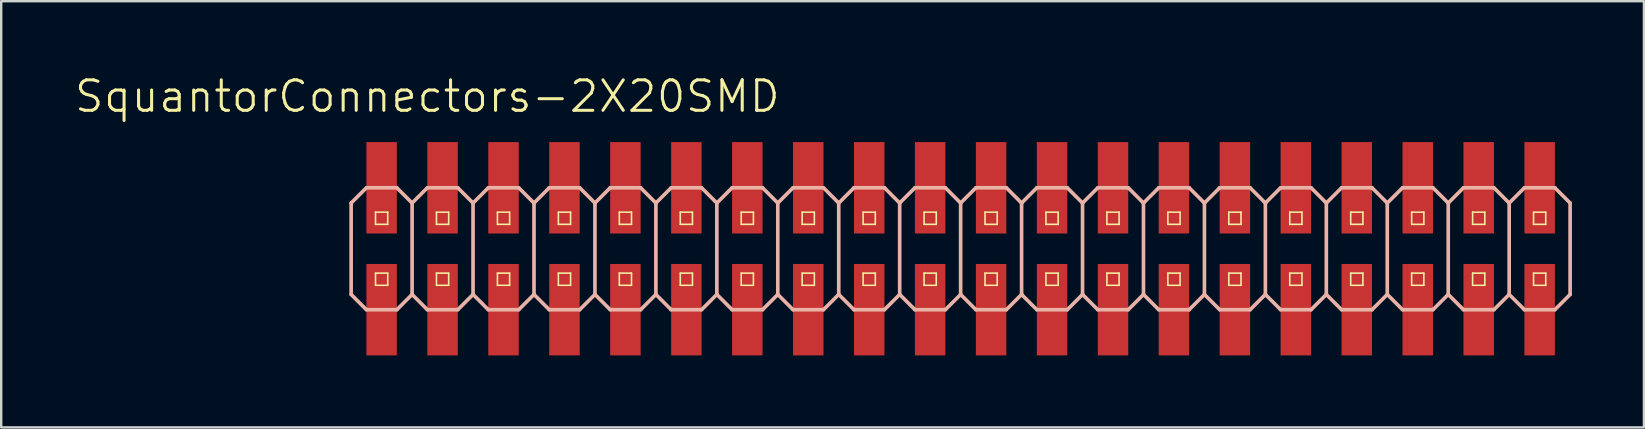
<source format=kicad_pcb>
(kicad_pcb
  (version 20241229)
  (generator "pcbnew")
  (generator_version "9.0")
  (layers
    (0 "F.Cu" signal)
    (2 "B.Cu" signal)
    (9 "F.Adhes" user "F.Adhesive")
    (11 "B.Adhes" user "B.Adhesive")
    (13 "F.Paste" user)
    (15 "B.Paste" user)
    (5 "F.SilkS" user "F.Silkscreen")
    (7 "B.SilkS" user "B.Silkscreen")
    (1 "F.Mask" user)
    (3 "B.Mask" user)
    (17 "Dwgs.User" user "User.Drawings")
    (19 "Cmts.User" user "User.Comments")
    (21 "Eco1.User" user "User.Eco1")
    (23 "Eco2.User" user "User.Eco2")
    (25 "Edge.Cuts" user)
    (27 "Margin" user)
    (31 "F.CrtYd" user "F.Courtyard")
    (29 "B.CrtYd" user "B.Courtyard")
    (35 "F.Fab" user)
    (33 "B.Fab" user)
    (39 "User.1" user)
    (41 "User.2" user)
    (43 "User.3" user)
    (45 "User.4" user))
  (footprint "SquantorConnectors-2X20SMD"
    (layer "F.Cu")
    (at 36.984 7.316)
    (property "Reference" "SquantorConnectors-2X20SMD" (at -22.225 -6.35 0) (layer "F.SilkS") (effects (font (size 1.27 1.27) (thickness 0.127))))
    (attr smd)
    (fp_line (start -24.384 -1.524) (end -23.876 -1.524) (stroke (width 0.066) (type solid)) (layer "F.SilkS"))
    (fp_line (start -24.384 -1.016) (end -24.384 -1.524) (stroke (width 0.066) (type solid)) (layer "F.SilkS"))
    (fp_line (start -24.384 -1.016) (end -23.876 -1.016) (stroke (width 0.066) (type solid)) (layer "F.SilkS"))
    (fp_line (start -24.384 1.016) (end -23.876 1.016) (stroke (width 0.066) (type solid)) (layer "F.SilkS"))
    (fp_line (start -24.384 1.524) (end -24.384 1.016) (stroke (width 0.066) (type solid)) (layer "F.SilkS"))
    (fp_line (start -24.384 1.524) (end -23.876 1.524) (stroke (width 0.066) (type solid)) (layer "F.SilkS"))
    (fp_line (start -23.876 -1.016) (end -23.876 -1.524) (stroke (width 0.066) (type solid)) (layer "F.SilkS"))
    (fp_line (start -23.876 1.524) (end -23.876 1.016) (stroke (width 0.066) (type solid)) (layer "F.SilkS"))
    (fp_line (start -21.844 -1.524) (end -21.336 -1.524) (stroke (width 0.066) (type solid)) (layer "F.SilkS"))
    (fp_line (start -21.844 -1.016) (end -21.844 -1.524) (stroke (width 0.066) (type solid)) (layer "F.SilkS"))
    (fp_line (start -21.844 -1.016) (end -21.336 -1.016) (stroke (width 0.066) (type solid)) (layer "F.SilkS"))
    (fp_line (start -21.844 1.016) (end -21.336 1.016) (stroke (width 0.066) (type solid)) (layer "F.SilkS"))
    (fp_line (start -21.844 1.524) (end -21.844 1.016) (stroke (width 0.066) (type solid)) (layer "F.SilkS"))
    (fp_line (start -21.844 1.524) (end -21.336 1.524) (stroke (width 0.066) (type solid)) (layer "F.SilkS"))
    (fp_line (start -21.336 -1.016) (end -21.336 -1.524) (stroke (width 0.066) (type solid)) (layer "F.SilkS"))
    (fp_line (start -21.336 1.524) (end -21.336 1.016) (stroke (width 0.066) (type solid)) (layer "F.SilkS"))
    (fp_line (start -19.304 -1.524) (end -18.796 -1.524) (stroke (width 0.066) (type solid)) (layer "F.SilkS"))
    (fp_line (start -19.304 -1.016) (end -19.304 -1.524) (stroke (width 0.066) (type solid)) (layer "F.SilkS"))
    (fp_line (start -19.304 -1.016) (end -18.796 -1.016) (stroke (width 0.066) (type solid)) (layer "F.SilkS"))
    (fp_line (start -19.304 1.016) (end -18.796 1.016) (stroke (width 0.066) (type solid)) (layer "F.SilkS"))
    (fp_line (start -19.304 1.524) (end -19.304 1.016) (stroke (width 0.066) (type solid)) (layer "F.SilkS"))
    (fp_line (start -19.304 1.524) (end -18.796 1.524) (stroke (width 0.066) (type solid)) (layer "F.SilkS"))
    (fp_line (start -18.796 -1.016) (end -18.796 -1.524) (stroke (width 0.066) (type solid)) (layer "F.SilkS"))
    (fp_line (start -18.796 1.524) (end -18.796 1.016) (stroke (width 0.066) (type solid)) (layer "F.SilkS"))
    (fp_line (start -16.764 -1.524) (end -16.256 -1.524) (stroke (width 0.066) (type solid)) (layer "F.SilkS"))
    (fp_line (start -16.764 -1.016) (end -16.764 -1.524) (stroke (width 0.066) (type solid)) (layer "F.SilkS"))
    (fp_line (start -16.764 -1.016) (end -16.256 -1.016) (stroke (width 0.066) (type solid)) (layer "F.SilkS"))
    (fp_line (start -16.764 1.016) (end -16.256 1.016) (stroke (width 0.066) (type solid)) (layer "F.SilkS"))
    (fp_line (start -16.764 1.524) (end -16.764 1.016) (stroke (width 0.066) (type solid)) (layer "F.SilkS"))
    (fp_line (start -16.764 1.524) (end -16.256 1.524) (stroke (width 0.066) (type solid)) (layer "F.SilkS"))
    (fp_line (start -16.256 -1.016) (end -16.256 -1.524) (stroke (width 0.066) (type solid)) (layer "F.SilkS"))
    (fp_line (start -16.256 1.524) (end -16.256 1.016) (stroke (width 0.066) (type solid)) (layer "F.SilkS"))
    (fp_line (start -14.224 -1.524) (end -13.716 -1.524) (stroke (width 0.066) (type solid)) (layer "F.SilkS"))
    (fp_line (start -14.224 -1.016) (end -14.224 -1.524) (stroke (width 0.066) (type solid)) (layer "F.SilkS"))
    (fp_line (start -14.224 -1.016) (end -13.716 -1.016) (stroke (width 0.066) (type solid)) (layer "F.SilkS"))
    (fp_line (start -14.224 1.016) (end -13.716 1.016) (stroke (width 0.066) (type solid)) (layer "F.SilkS"))
    (fp_line (start -14.224 1.524) (end -14.224 1.016) (stroke (width 0.066) (type solid)) (layer "F.SilkS"))
    (fp_line (start -14.224 1.524) (end -13.716 1.524) (stroke (width 0.066) (type solid)) (layer "F.SilkS"))
    (fp_line (start -13.716 -1.016) (end -13.716 -1.524) (stroke (width 0.066) (type solid)) (layer "F.SilkS"))
    (fp_line (start -13.716 1.524) (end -13.716 1.016) (stroke (width 0.066) (type solid)) (layer "F.SilkS"))
    (fp_line (start -11.684 -1.524) (end -11.176 -1.524) (stroke (width 0.066) (type solid)) (layer "F.SilkS"))
    (fp_line (start -11.684 -1.016) (end -11.684 -1.524) (stroke (width 0.066) (type solid)) (layer "F.SilkS"))
    (fp_line (start -11.684 -1.016) (end -11.176 -1.016) (stroke (width 0.066) (type solid)) (layer "F.SilkS"))
    (fp_line (start -11.684 1.016) (end -11.176 1.016) (stroke (width 0.066) (type solid)) (layer "F.SilkS"))
    (fp_line (start -11.684 1.524) (end -11.684 1.016) (stroke (width 0.066) (type solid)) (layer "F.SilkS"))
    (fp_line (start -11.684 1.524) (end -11.176 1.524) (stroke (width 0.066) (type solid)) (layer "F.SilkS"))
    (fp_line (start -11.176 -1.016) (end -11.176 -1.524) (stroke (width 0.066) (type solid)) (layer "F.SilkS"))
    (fp_line (start -11.176 1.524) (end -11.176 1.016) (stroke (width 0.066) (type solid)) (layer "F.SilkS"))
    (fp_line (start -9.144 -1.524) (end -8.636 -1.524) (stroke (width 0.066) (type solid)) (layer "F.SilkS"))
    (fp_line (start -9.144 -1.016) (end -9.144 -1.524) (stroke (width 0.066) (type solid)) (layer "F.SilkS"))
    (fp_line (start -9.144 -1.016) (end -8.636 -1.016) (stroke (width 0.066) (type solid)) (layer "F.SilkS"))
    (fp_line (start -9.144 1.016) (end -8.636 1.016) (stroke (width 0.066) (type solid)) (layer "F.SilkS"))
    (fp_line (start -9.144 1.524) (end -9.144 1.016) (stroke (width 0.066) (type solid)) (layer "F.SilkS"))
    (fp_line (start -9.144 1.524) (end -8.636 1.524) (stroke (width 0.066) (type solid)) (layer "F.SilkS"))
    (fp_line (start -8.636 -1.016) (end -8.636 -1.524) (stroke (width 0.066) (type solid)) (layer "F.SilkS"))
    (fp_line (start -8.636 1.524) (end -8.636 1.016) (stroke (width 0.066) (type solid)) (layer "F.SilkS"))
    (fp_line (start -6.604 -1.524) (end -6.096 -1.524) (stroke (width 0.066) (type solid)) (layer "F.SilkS"))
    (fp_line (start -6.604 -1.016) (end -6.604 -1.524) (stroke (width 0.066) (type solid)) (layer "F.SilkS"))
    (fp_line (start -6.604 -1.016) (end -6.096 -1.016) (stroke (width 0.066) (type solid)) (layer "F.SilkS"))
    (fp_line (start -6.604 1.016) (end -6.096 1.016) (stroke (width 0.066) (type solid)) (layer "F.SilkS"))
    (fp_line (start -6.604 1.524) (end -6.604 1.016) (stroke (width 0.066) (type solid)) (layer "F.SilkS"))
    (fp_line (start -6.604 1.524) (end -6.096 1.524) (stroke (width 0.066) (type solid)) (layer "F.SilkS"))
    (fp_line (start -6.096 -1.016) (end -6.096 -1.524) (stroke (width 0.066) (type solid)) (layer "F.SilkS"))
    (fp_line (start -6.096 1.524) (end -6.096 1.016) (stroke (width 0.066) (type solid)) (layer "F.SilkS"))
    (fp_line (start -4.064 -1.524) (end -3.556 -1.524) (stroke (width 0.066) (type solid)) (layer "F.SilkS"))
    (fp_line (start -4.064 -1.016) (end -4.064 -1.524) (stroke (width 0.066) (type solid)) (layer "F.SilkS"))
    (fp_line (start -4.064 -1.016) (end -3.556 -1.016) (stroke (width 0.066) (type solid)) (layer "F.SilkS"))
    (fp_line (start -4.064 1.016) (end -3.556 1.016) (stroke (width 0.066) (type solid)) (layer "F.SilkS"))
    (fp_line (start -4.064 1.524) (end -4.064 1.016) (stroke (width 0.066) (type solid)) (layer "F.SilkS"))
    (fp_line (start -4.064 1.524) (end -3.556 1.524) (stroke (width 0.066) (type solid)) (layer "F.SilkS"))
    (fp_line (start -3.556 -1.016) (end -3.556 -1.524) (stroke (width 0.066) (type solid)) (layer "F.SilkS"))
    (fp_line (start -3.556 1.524) (end -3.556 1.016) (stroke (width 0.066) (type solid)) (layer "F.SilkS"))
    (fp_line (start -1.524 -1.524) (end -1.016 -1.524) (stroke (width 0.066) (type solid)) (layer "F.SilkS"))
    (fp_line (start -1.524 -1.016) (end -1.524 -1.524) (stroke (width 0.066) (type solid)) (layer "F.SilkS"))
    (fp_line (start -1.524 -1.016) (end -1.016 -1.016) (stroke (width 0.066) (type solid)) (layer "F.SilkS"))
    (fp_line (start -1.524 1.016) (end -1.016 1.016) (stroke (width 0.066) (type solid)) (layer "F.SilkS"))
    (fp_line (start -1.524 1.524) (end -1.524 1.016) (stroke (width 0.066) (type solid)) (layer "F.SilkS"))
    (fp_line (start -1.524 1.524) (end -1.016 1.524) (stroke (width 0.066) (type solid)) (layer "F.SilkS"))
    (fp_line (start -1.016 -1.016) (end -1.016 -1.524) (stroke (width 0.066) (type solid)) (layer "F.SilkS"))
    (fp_line (start -1.016 1.524) (end -1.016 1.016) (stroke (width 0.066) (type solid)) (layer "F.SilkS"))
    (fp_line (start 1.016 -1.524) (end 1.524 -1.524) (stroke (width 0.066) (type solid)) (layer "F.SilkS"))
    (fp_line (start 1.016 -1.016) (end 1.016 -1.524) (stroke (width 0.066) (type solid)) (layer "F.SilkS"))
    (fp_line (start 1.016 -1.016) (end 1.524 -1.016) (stroke (width 0.066) (type solid)) (layer "F.SilkS"))
    (fp_line (start 1.016 1.016) (end 1.524 1.016) (stroke (width 0.066) (type solid)) (layer "F.SilkS"))
    (fp_line (start 1.016 1.524) (end 1.016 1.016) (stroke (width 0.066) (type solid)) (layer "F.SilkS"))
    (fp_line (start 1.016 1.524) (end 1.524 1.524) (stroke (width 0.066) (type solid)) (layer "F.SilkS"))
    (fp_line (start 1.524 -1.016) (end 1.524 -1.524) (stroke (width 0.066) (type solid)) (layer "F.SilkS"))
    (fp_line (start 1.524 1.524) (end 1.524 1.016) (stroke (width 0.066) (type solid)) (layer "F.SilkS"))
    (fp_line (start 3.556 -1.524) (end 4.064 -1.524) (stroke (width 0.066) (type solid)) (layer "F.SilkS"))
    (fp_line (start 3.556 -1.016) (end 3.556 -1.524) (stroke (width 0.066) (type solid)) (layer "F.SilkS"))
    (fp_line (start 3.556 -1.016) (end 4.064 -1.016) (stroke (width 0.066) (type solid)) (layer "F.SilkS"))
    (fp_line (start 3.556 1.016) (end 4.064 1.016) (stroke (width 0.066) (type solid)) (layer "F.SilkS"))
    (fp_line (start 3.556 1.524) (end 3.556 1.016) (stroke (width 0.066) (type solid)) (layer "F.SilkS"))
    (fp_line (start 3.556 1.524) (end 4.064 1.524) (stroke (width 0.066) (type solid)) (layer "F.SilkS"))
    (fp_line (start 4.064 -1.016) (end 4.064 -1.524) (stroke (width 0.066) (type solid)) (layer "F.SilkS"))
    (fp_line (start 4.064 1.524) (end 4.064 1.016) (stroke (width 0.066) (type solid)) (layer "F.SilkS"))
    (fp_line (start 6.096 -1.524) (end 6.604 -1.524) (stroke (width 0.066) (type solid)) (layer "F.SilkS"))
    (fp_line (start 6.096 -1.016) (end 6.096 -1.524) (stroke (width 0.066) (type solid)) (layer "F.SilkS"))
    (fp_line (start 6.096 -1.016) (end 6.604 -1.016) (stroke (width 0.066) (type solid)) (layer "F.SilkS"))
    (fp_line (start 6.096 1.016) (end 6.604 1.016) (stroke (width 0.066) (type solid)) (layer "F.SilkS"))
    (fp_line (start 6.096 1.524) (end 6.096 1.016) (stroke (width 0.066) (type solid)) (layer "F.SilkS"))
    (fp_line (start 6.096 1.524) (end 6.604 1.524) (stroke (width 0.066) (type solid)) (layer "F.SilkS"))
    (fp_line (start 6.604 -1.016) (end 6.604 -1.524) (stroke (width 0.066) (type solid)) (layer "F.SilkS"))
    (fp_line (start 6.604 1.524) (end 6.604 1.016) (stroke (width 0.066) (type solid)) (layer "F.SilkS"))
    (fp_line (start 8.636 -1.524) (end 9.144 -1.524) (stroke (width 0.066) (type solid)) (layer "F.SilkS"))
    (fp_line (start 8.636 -1.016) (end 8.636 -1.524) (stroke (width 0.066) (type solid)) (layer "F.SilkS"))
    (fp_line (start 8.636 -1.016) (end 9.144 -1.016) (stroke (width 0.066) (type solid)) (layer "F.SilkS"))
    (fp_line (start 8.636 1.016) (end 9.144 1.016) (stroke (width 0.066) (type solid)) (layer "F.SilkS"))
    (fp_line (start 8.636 1.524) (end 8.636 1.016) (stroke (width 0.066) (type solid)) (layer "F.SilkS"))
    (fp_line (start 8.636 1.524) (end 9.144 1.524) (stroke (width 0.066) (type solid)) (layer "F.SilkS"))
    (fp_line (start 9.144 -1.016) (end 9.144 -1.524) (stroke (width 0.066) (type solid)) (layer "F.SilkS"))
    (fp_line (start 9.144 1.524) (end 9.144 1.016) (stroke (width 0.066) (type solid)) (layer "F.SilkS"))
    (fp_line (start 11.176 -1.524) (end 11.684 -1.524) (stroke (width 0.066) (type solid)) (layer "F.SilkS"))
    (fp_line (start 11.176 -1.016) (end 11.176 -1.524) (stroke (width 0.066) (type solid)) (layer "F.SilkS"))
    (fp_line (start 11.176 -1.016) (end 11.684 -1.016) (stroke (width 0.066) (type solid)) (layer "F.SilkS"))
    (fp_line (start 11.176 1.016) (end 11.684 1.016) (stroke (width 0.066) (type solid)) (layer "F.SilkS"))
    (fp_line (start 11.176 1.524) (end 11.176 1.016) (stroke (width 0.066) (type solid)) (layer "F.SilkS"))
    (fp_line (start 11.176 1.524) (end 11.684 1.524) (stroke (width 0.066) (type solid)) (layer "F.SilkS"))
    (fp_line (start 11.684 -1.016) (end 11.684 -1.524) (stroke (width 0.066) (type solid)) (layer "F.SilkS"))
    (fp_line (start 11.684 1.524) (end 11.684 1.016) (stroke (width 0.066) (type solid)) (layer "F.SilkS"))
    (fp_line (start 13.716 -1.524) (end 14.224 -1.524) (stroke (width 0.066) (type solid)) (layer "F.SilkS"))
    (fp_line (start 13.716 -1.016) (end 13.716 -1.524) (stroke (width 0.066) (type solid)) (layer "F.SilkS"))
    (fp_line (start 13.716 -1.016) (end 14.224 -1.016) (stroke (width 0.066) (type solid)) (layer "F.SilkS"))
    (fp_line (start 13.716 1.016) (end 14.224 1.016) (stroke (width 0.066) (type solid)) (layer "F.SilkS"))
    (fp_line (start 13.716 1.524) (end 13.716 1.016) (stroke (width 0.066) (type solid)) (layer "F.SilkS"))
    (fp_line (start 13.716 1.524) (end 14.224 1.524) (stroke (width 0.066) (type solid)) (layer "F.SilkS"))
    (fp_line (start 14.224 -1.016) (end 14.224 -1.524) (stroke (width 0.066) (type solid)) (layer "F.SilkS"))
    (fp_line (start 14.224 1.524) (end 14.224 1.016) (stroke (width 0.066) (type solid)) (layer "F.SilkS"))
    (fp_line (start 16.256 -1.524) (end 16.764 -1.524) (stroke (width 0.066) (type solid)) (layer "F.SilkS"))
    (fp_line (start 16.256 -1.016) (end 16.256 -1.524) (stroke (width 0.066) (type solid)) (layer "F.SilkS"))
    (fp_line (start 16.256 -1.016) (end 16.764 -1.016) (stroke (width 0.066) (type solid)) (layer "F.SilkS"))
    (fp_line (start 16.256 1.016) (end 16.764 1.016) (stroke (width 0.066) (type solid)) (layer "F.SilkS"))
    (fp_line (start 16.256 1.524) (end 16.256 1.016) (stroke (width 0.066) (type solid)) (layer "F.SilkS"))
    (fp_line (start 16.256 1.524) (end 16.764 1.524) (stroke (width 0.066) (type solid)) (layer "F.SilkS"))
    (fp_line (start 16.764 -1.016) (end 16.764 -1.524) (stroke (width 0.066) (type solid)) (layer "F.SilkS"))
    (fp_line (start 16.764 1.524) (end 16.764 1.016) (stroke (width 0.066) (type solid)) (layer "F.SilkS"))
    (fp_line (start 18.796 -1.524) (end 19.304 -1.524) (stroke (width 0.066) (type solid)) (layer "F.SilkS"))
    (fp_line (start 18.796 -1.016) (end 18.796 -1.524) (stroke (width 0.066) (type solid)) (layer "F.SilkS"))
    (fp_line (start 18.796 -1.016) (end 19.304 -1.016) (stroke (width 0.066) (type solid)) (layer "F.SilkS"))
    (fp_line (start 18.796 1.016) (end 19.304 1.016) (stroke (width 0.066) (type solid)) (layer "F.SilkS"))
    (fp_line (start 18.796 1.524) (end 18.796 1.016) (stroke (width 0.066) (type solid)) (layer "F.SilkS"))
    (fp_line (start 18.796 1.524) (end 19.304 1.524) (stroke (width 0.066) (type solid)) (layer "F.SilkS"))
    (fp_line (start 19.304 -1.016) (end 19.304 -1.524) (stroke (width 0.066) (type solid)) (layer "F.SilkS"))
    (fp_line (start 19.304 1.524) (end 19.304 1.016) (stroke (width 0.066) (type solid)) (layer "F.SilkS"))
    (fp_line (start 21.336 -1.524) (end 21.844 -1.524) (stroke (width 0.066) (type solid)) (layer "F.SilkS"))
    (fp_line (start 21.336 -1.016) (end 21.336 -1.524) (stroke (width 0.066) (type solid)) (layer "F.SilkS"))
    (fp_line (start 21.336 -1.016) (end 21.844 -1.016) (stroke (width 0.066) (type solid)) (layer "F.SilkS"))
    (fp_line (start 21.336 1.016) (end 21.844 1.016) (stroke (width 0.066) (type solid)) (layer "F.SilkS"))
    (fp_line (start 21.336 1.524) (end 21.336 1.016) (stroke (width 0.066) (type solid)) (layer "F.SilkS"))
    (fp_line (start 21.336 1.524) (end 21.844 1.524) (stroke (width 0.066) (type solid)) (layer "F.SilkS"))
    (fp_line (start 21.844 -1.016) (end 21.844 -1.524) (stroke (width 0.066) (type solid)) (layer "F.SilkS"))
    (fp_line (start 21.844 1.524) (end 21.844 1.016) (stroke (width 0.066) (type solid)) (layer "F.SilkS"))
    (fp_line (start 23.876 -1.524) (end 24.384 -1.524) (stroke (width 0.066) (type solid)) (layer "F.SilkS"))
    (fp_line (start 23.876 -1.016) (end 23.876 -1.524) (stroke (width 0.066) (type solid)) (layer "F.SilkS"))
    (fp_line (start 23.876 -1.016) (end 24.384 -1.016) (stroke (width 0.066) (type solid)) (layer "F.SilkS"))
    (fp_line (start 23.876 1.016) (end 24.384 1.016) (stroke (width 0.066) (type solid)) (layer "F.SilkS"))
    (fp_line (start 23.876 1.524) (end 23.876 1.016) (stroke (width 0.066) (type solid)) (layer "F.SilkS"))
    (fp_line (start 23.876 1.524) (end 24.384 1.524) (stroke (width 0.066) (type solid)) (layer "F.SilkS"))
    (fp_line (start 24.384 -1.016) (end 24.384 -1.524) (stroke (width 0.066) (type solid)) (layer "F.SilkS"))
    (fp_line (start 24.384 1.524) (end 24.384 1.016) (stroke (width 0.066) (type solid)) (layer "F.SilkS"))
    (fp_line (start -25.4 -1.905) (end -24.765 -2.54) (stroke (width 0.152) (type solid)) (layer "B.SilkS"))
    (fp_line (start -25.4 1.905) (end -25.4 -1.905) (stroke (width 0.152) (type solid)) (layer "B.SilkS"))
    (fp_line (start -25.4 1.905) (end -24.765 2.54) (stroke (width 0.152) (type solid)) (layer "B.SilkS"))
    (fp_line (start -24.765 -2.54) (end -23.495 -2.54) (stroke (width 0.152) (type solid)) (layer "B.SilkS"))
    (fp_line (start -24.765 2.54) (end -23.495 2.54) (stroke (width 0.152) (type solid)) (layer "B.SilkS"))
    (fp_line (start -23.495 -2.54) (end -22.86 -1.905) (stroke (width 0.152) (type solid)) (layer "B.SilkS"))
    (fp_line (start -23.495 2.54) (end -22.86 1.905) (stroke (width 0.152) (type solid)) (layer "B.SilkS"))
    (fp_line (start -22.86 -1.905) (end -22.86 1.905) (stroke (width 0.152) (type solid)) (layer "B.SilkS"))
    (fp_line (start -22.86 -1.905) (end -22.225 -2.54) (stroke (width 0.152) (type solid)) (layer "B.SilkS"))
    (fp_line (start -22.86 1.905) (end -22.225 2.54) (stroke (width 0.152) (type solid)) (layer "B.SilkS"))
    (fp_line (start -22.225 -2.54) (end -20.955 -2.54) (stroke (width 0.152) (type solid)) (layer "B.SilkS"))
    (fp_line (start -22.225 2.54) (end -20.955 2.54) (stroke (width 0.152) (type solid)) (layer "B.SilkS"))
    (fp_line (start -20.955 -2.54) (end -20.32 -1.905) (stroke (width 0.152) (type solid)) (layer "B.SilkS"))
    (fp_line (start -20.955 2.54) (end -20.32 1.905) (stroke (width 0.152) (type solid)) (layer "B.SilkS"))
    (fp_line (start -20.32 -1.905) (end -20.32 1.905) (stroke (width 0.152) (type solid)) (layer "B.SilkS"))
    (fp_line (start -20.32 -1.905) (end -19.685 -2.54) (stroke (width 0.152) (type solid)) (layer "B.SilkS"))
    (fp_line (start -20.32 1.905) (end -19.685 2.54) (stroke (width 0.152) (type solid)) (layer "B.SilkS"))
    (fp_line (start -19.685 -2.54) (end -18.415 -2.54) (stroke (width 0.152) (type solid)) (layer "B.SilkS"))
    (fp_line (start -19.685 2.54) (end -18.415 2.54) (stroke (width 0.152) (type solid)) (layer "B.SilkS"))
    (fp_line (start -18.415 -2.54) (end -17.78 -1.905) (stroke (width 0.152) (type solid)) (layer "B.SilkS"))
    (fp_line (start -18.415 2.54) (end -17.78 1.905) (stroke (width 0.152) (type solid)) (layer "B.SilkS"))
    (fp_line (start -17.78 -1.905) (end -17.78 1.905) (stroke (width 0.152) (type solid)) (layer "B.SilkS"))
    (fp_line (start -17.78 -1.905) (end -17.145 -2.54) (stroke (width 0.152) (type solid)) (layer "B.SilkS"))
    (fp_line (start -17.78 1.905) (end -17.145 2.54) (stroke (width 0.152) (type solid)) (layer "B.SilkS"))
    (fp_line (start -17.145 -2.54) (end -15.875 -2.54) (stroke (width 0.152) (type solid)) (layer "B.SilkS"))
    (fp_line (start -17.145 2.54) (end -15.875 2.54) (stroke (width 0.152) (type solid)) (layer "B.SilkS"))
    (fp_line (start -15.875 -2.54) (end -15.24 -1.905) (stroke (width 0.152) (type solid)) (layer "B.SilkS"))
    (fp_line (start -15.875 2.54) (end -15.24 1.905) (stroke (width 0.152) (type solid)) (layer "B.SilkS"))
    (fp_line (start -15.24 -1.905) (end -15.24 1.905) (stroke (width 0.152) (type solid)) (layer "B.SilkS"))
    (fp_line (start -15.24 -1.905) (end -14.605 -2.54) (stroke (width 0.152) (type solid)) (layer "B.SilkS"))
    (fp_line (start -15.24 1.905) (end -14.605 2.54) (stroke (width 0.152) (type solid)) (layer "B.SilkS"))
    (fp_line (start -14.605 -2.54) (end -13.335 -2.54) (stroke (width 0.152) (type solid)) (layer "B.SilkS"))
    (fp_line (start -14.605 2.54) (end -13.335 2.54) (stroke (width 0.152) (type solid)) (layer "B.SilkS"))
    (fp_line (start -13.335 -2.54) (end -12.7 -1.905) (stroke (width 0.152) (type solid)) (layer "B.SilkS"))
    (fp_line (start -13.335 2.54) (end -12.7 1.905) (stroke (width 0.152) (type solid)) (layer "B.SilkS"))
    (fp_line (start -12.7 -1.905) (end -12.7 1.905) (stroke (width 0.152) (type solid)) (layer "B.SilkS"))
    (fp_line (start -12.7 -1.905) (end -12.065 -2.54) (stroke (width 0.152) (type solid)) (layer "B.SilkS"))
    (fp_line (start -12.7 1.905) (end -12.065 2.54) (stroke (width 0.152) (type solid)) (layer "B.SilkS"))
    (fp_line (start -12.065 -2.54) (end -10.795 -2.54) (stroke (width 0.152) (type solid)) (layer "B.SilkS"))
    (fp_line (start -12.065 2.54) (end -10.795 2.54) (stroke (width 0.152) (type solid)) (layer "B.SilkS"))
    (fp_line (start -10.795 -2.54) (end -10.16 -1.905) (stroke (width 0.152) (type solid)) (layer "B.SilkS"))
    (fp_line (start -10.795 2.54) (end -10.16 1.905) (stroke (width 0.152) (type solid)) (layer "B.SilkS"))
    (fp_line (start -10.16 -1.905) (end -10.16 1.905) (stroke (width 0.152) (type solid)) (layer "B.SilkS"))
    (fp_line (start -10.16 -1.905) (end -9.525 -2.54) (stroke (width 0.152) (type solid)) (layer "B.SilkS"))
    (fp_line (start -10.16 1.905) (end -9.525 2.54) (stroke (width 0.152) (type solid)) (layer "B.SilkS"))
    (fp_line (start -9.525 -2.54) (end -8.255 -2.54) (stroke (width 0.152) (type solid)) (layer "B.SilkS"))
    (fp_line (start -8.255 -2.54) (end -7.62 -1.905) (stroke (width 0.152) (type solid)) (layer "B.SilkS"))
    (fp_line (start -8.255 2.54) (end -9.525 2.54) (stroke (width 0.152) (type solid)) (layer "B.SilkS"))
    (fp_line (start -7.62 -1.905) (end -7.62 1.905) (stroke (width 0.152) (type solid)) (layer "B.SilkS"))
    (fp_line (start -7.62 -1.905) (end -6.985 -2.54) (stroke (width 0.152) (type solid)) (layer "B.SilkS"))
    (fp_line (start -7.62 1.905) (end -8.255 2.54) (stroke (width 0.152) (type solid)) (layer "B.SilkS"))
    (fp_line (start -7.62 1.905) (end -6.985 2.54) (stroke (width 0.152) (type solid)) (layer "B.SilkS"))
    (fp_line (start -6.985 -2.54) (end -5.715 -2.54) (stroke (width 0.152) (type solid)) (layer "B.SilkS"))
    (fp_line (start -5.715 -2.54) (end -5.08 -1.905) (stroke (width 0.152) (type solid)) (layer "B.SilkS"))
    (fp_line (start -5.715 2.54) (end -6.985 2.54) (stroke (width 0.152) (type solid)) (layer "B.SilkS"))
    (fp_line (start -5.08 -1.905) (end -5.08 1.905) (stroke (width 0.152) (type solid)) (layer "B.SilkS"))
    (fp_line (start -5.08 -1.905) (end -4.445 -2.54) (stroke (width 0.152) (type solid)) (layer "B.SilkS"))
    (fp_line (start -5.08 1.905) (end -5.715 2.54) (stroke (width 0.152) (type solid)) (layer "B.SilkS"))
    (fp_line (start -5.08 1.905) (end -4.445 2.54) (stroke (width 0.152) (type solid)) (layer "B.SilkS"))
    (fp_line (start -4.445 -2.54) (end -3.175 -2.54) (stroke (width 0.152) (type solid)) (layer "B.SilkS"))
    (fp_line (start -3.175 -2.54) (end -2.54 -1.905) (stroke (width 0.152) (type solid)) (layer "B.SilkS"))
    (fp_line (start -3.175 2.54) (end -4.445 2.54) (stroke (width 0.152) (type solid)) (layer "B.SilkS"))
    (fp_line (start -2.54 -1.905) (end -2.54 1.905) (stroke (width 0.152) (type solid)) (layer "B.SilkS"))
    (fp_line (start -2.54 -1.905) (end -1.905 -2.54) (stroke (width 0.152) (type solid)) (layer "B.SilkS"))
    (fp_line (start -2.54 1.905) (end -3.175 2.54) (stroke (width 0.152) (type solid)) (layer "B.SilkS"))
    (fp_line (start -2.54 1.905) (end -1.905 2.54) (stroke (width 0.152) (type solid)) (layer "B.SilkS"))
    (fp_line (start -1.905 -2.54) (end -0.635 -2.54) (stroke (width 0.152) (type solid)) (layer "B.SilkS"))
    (fp_line (start -0.635 -2.54) (end 0 -1.905) (stroke (width 0.152) (type solid)) (layer "B.SilkS"))
    (fp_line (start -0.635 2.54) (end -1.905 2.54) (stroke (width 0.152) (type solid)) (layer "B.SilkS"))
    (fp_line (start 0 -1.905) (end 0 1.905) (stroke (width 0.152) (type solid)) (layer "B.SilkS"))
    (fp_line (start 0 -1.905) (end 0.635 -2.54) (stroke (width 0.152) (type solid)) (layer "B.SilkS"))
    (fp_line (start 0 1.905) (end -0.635 2.54) (stroke (width 0.152) (type solid)) (layer "B.SilkS"))
    (fp_line (start 0 1.905) (end 0.635 2.54) (stroke (width 0.152) (type solid)) (layer "B.SilkS"))
    (fp_line (start 0.635 -2.54) (end 1.905 -2.54) (stroke (width 0.152) (type solid)) (layer "B.SilkS"))
    (fp_line (start 1.905 -2.54) (end 2.54 -1.905) (stroke (width 0.152) (type solid)) (layer "B.SilkS"))
    (fp_line (start 1.905 2.54) (end 0.635 2.54) (stroke (width 0.152) (type solid)) (layer "B.SilkS"))
    (fp_line (start 2.54 -1.905) (end 2.54 1.905) (stroke (width 0.152) (type solid)) (layer "B.SilkS"))
    (fp_line (start 2.54 -1.905) (end 3.175 -2.54) (stroke (width 0.152) (type solid)) (layer "B.SilkS"))
    (fp_line (start 2.54 1.905) (end 1.905 2.54) (stroke (width 0.152) (type solid)) (layer "B.SilkS"))
    (fp_line (start 2.54 1.905) (end 3.175 2.54) (stroke (width 0.152) (type solid)) (layer "B.SilkS"))
    (fp_line (start 3.175 -2.54) (end 4.445 -2.54) (stroke (width 0.152) (type solid)) (layer "B.SilkS"))
    (fp_line (start 4.445 2.54) (end 3.175 2.54) (stroke (width 0.152) (type solid)) (layer "B.SilkS"))
    (fp_line (start 5.08 -1.905) (end 4.445 -2.54) (stroke (width 0.152) (type solid)) (layer "B.SilkS"))
    (fp_line (start 5.08 -1.905) (end 5.08 1.905) (stroke (width 0.152) (type solid)) (layer "B.SilkS"))
    (fp_line (start 5.08 -1.905) (end 5.715 -2.54) (stroke (width 0.152) (type solid)) (layer "B.SilkS"))
    (fp_line (start 5.08 1.905) (end 4.445 2.54) (stroke (width 0.152) (type solid)) (layer "B.SilkS"))
    (fp_line (start 5.08 1.905) (end 5.715 2.54) (stroke (width 0.152) (type solid)) (layer "B.SilkS"))
    (fp_line (start 6.985 -2.54) (end 5.715 -2.54) (stroke (width 0.152) (type solid)) (layer "B.SilkS"))
    (fp_line (start 6.985 -2.54) (end 7.62 -1.905) (stroke (width 0.152) (type solid)) (layer "B.SilkS"))
    (fp_line (start 6.985 2.54) (end 5.715 2.54) (stroke (width 0.152) (type solid)) (layer "B.SilkS"))
    (fp_line (start 7.62 -1.905) (end 7.62 1.905) (stroke (width 0.152) (type solid)) (layer "B.SilkS"))
    (fp_line (start 7.62 -1.905) (end 8.255 -2.54) (stroke (width 0.152) (type solid)) (layer "B.SilkS"))
    (fp_line (start 7.62 1.905) (end 6.985 2.54) (stroke (width 0.152) (type solid)) (layer "B.SilkS"))
    (fp_line (start 7.62 1.905) (end 8.255 2.54) (stroke (width 0.152) (type solid)) (layer "B.SilkS"))
    (fp_line (start 9.525 -2.54) (end 8.255 -2.54) (stroke (width 0.152) (type solid)) (layer "B.SilkS"))
    (fp_line (start 9.525 -2.54) (end 10.16 -1.905) (stroke (width 0.152) (type solid)) (layer "B.SilkS"))
    (fp_line (start 9.525 2.54) (end 8.255 2.54) (stroke (width 0.152) (type solid)) (layer "B.SilkS"))
    (fp_line (start 10.16 -1.905) (end 10.16 1.905) (stroke (width 0.152) (type solid)) (layer "B.SilkS"))
    (fp_line (start 10.16 -1.905) (end 10.795 -2.54) (stroke (width 0.152) (type solid)) (layer "B.SilkS"))
    (fp_line (start 10.16 1.905) (end 9.525 2.54) (stroke (width 0.152) (type solid)) (layer "B.SilkS"))
    (fp_line (start 10.795 2.54) (end 10.16 1.905) (stroke (width 0.152) (type solid)) (layer "B.SilkS"))
    (fp_line (start 10.795 2.54) (end 12.065 2.54) (stroke (width 0.152) (type solid)) (layer "B.SilkS"))
    (fp_line (start 12.065 -2.54) (end 10.795 -2.54) (stroke (width 0.152) (type solid)) (layer "B.SilkS"))
    (fp_line (start 12.065 -2.54) (end 12.7 -1.905) (stroke (width 0.152) (type solid)) (layer "B.SilkS"))
    (fp_line (start 12.7 -1.905) (end 12.7 1.905) (stroke (width 0.152) (type solid)) (layer "B.SilkS"))
    (fp_line (start 12.7 -1.905) (end 13.335 -2.54) (stroke (width 0.152) (type solid)) (layer "B.SilkS"))
    (fp_line (start 12.7 1.905) (end 12.065 2.54) (stroke (width 0.152) (type solid)) (layer "B.SilkS"))
    (fp_line (start 13.335 2.54) (end 12.7 1.905) (stroke (width 0.152) (type solid)) (layer "B.SilkS"))
    (fp_line (start 13.335 2.54) (end 14.605 2.54) (stroke (width 0.152) (type solid)) (layer "B.SilkS"))
    (fp_line (start 14.605 -2.54) (end 13.335 -2.54) (stroke (width 0.152) (type solid)) (layer "B.SilkS"))
    (fp_line (start 14.605 -2.54) (end 15.24 -1.905) (stroke (width 0.152) (type solid)) (layer "B.SilkS"))
    (fp_line (start 15.24 -1.905) (end 15.24 1.905) (stroke (width 0.152) (type solid)) (layer "B.SilkS"))
    (fp_line (start 15.24 -1.905) (end 15.875 -2.54) (stroke (width 0.152) (type solid)) (layer "B.SilkS"))
    (fp_line (start 15.24 1.905) (end 14.605 2.54) (stroke (width 0.152) (type solid)) (layer "B.SilkS"))
    (fp_line (start 15.24 1.905) (end 15.875 2.54) (stroke (width 0.152) (type solid)) (layer "B.SilkS"))
    (fp_line (start 17.145 -2.54) (end 15.875 -2.54) (stroke (width 0.152) (type solid)) (layer "B.SilkS"))
    (fp_line (start 17.145 -2.54) (end 17.78 -1.905) (stroke (width 0.152) (type solid)) (layer "B.SilkS"))
    (fp_line (start 17.145 2.54) (end 15.875 2.54) (stroke (width 0.152) (type solid)) (layer "B.SilkS"))
    (fp_line (start 17.78 -1.905) (end 17.78 1.905) (stroke (width 0.152) (type solid)) (layer "B.SilkS"))
    (fp_line (start 17.78 -1.905) (end 18.415 -2.54) (stroke (width 0.152) (type solid)) (layer "B.SilkS"))
    (fp_line (start 17.78 1.905) (end 17.145 2.54) (stroke (width 0.152) (type solid)) (layer "B.SilkS"))
    (fp_line (start 17.78 1.905) (end 18.415 2.54) (stroke (width 0.152) (type solid)) (layer "B.SilkS"))
    (fp_line (start 19.685 -2.54) (end 18.415 -2.54) (stroke (width 0.152) (type solid)) (layer "B.SilkS"))
    (fp_line (start 19.685 -2.54) (end 20.32 -1.905) (stroke (width 0.152) (type solid)) (layer "B.SilkS"))
    (fp_line (start 19.685 2.54) (end 18.415 2.54) (stroke (width 0.152) (type solid)) (layer "B.SilkS"))
    (fp_line (start 20.32 -1.905) (end 20.32 1.905) (stroke (width 0.152) (type solid)) (layer "B.SilkS"))
    (fp_line (start 20.32 -1.905) (end 20.955 -2.54) (stroke (width 0.152) (type solid)) (layer "B.SilkS"))
    (fp_line (start 20.32 1.905) (end 19.685 2.54) (stroke (width 0.152) (type solid)) (layer "B.SilkS"))
    (fp_line (start 20.32 1.905) (end 20.955 2.54) (stroke (width 0.152) (type solid)) (layer "B.SilkS"))
    (fp_line (start 22.225 -2.54) (end 20.955 -2.54) (stroke (width 0.152) (type solid)) (layer "B.SilkS"))
    (fp_line (start 22.225 -2.54) (end 22.86 -1.905) (stroke (width 0.152) (type solid)) (layer "B.SilkS"))
    (fp_line (start 22.225 2.54) (end 20.955 2.54) (stroke (width 0.152) (type solid)) (layer "B.SilkS"))
    (fp_line (start 22.86 -1.905) (end 22.86 1.905) (stroke (width 0.152) (type solid)) (layer "B.SilkS"))
    (fp_line (start 22.86 -1.905) (end 23.495 -2.54) (stroke (width 0.152) (type solid)) (layer "B.SilkS"))
    (fp_line (start 22.86 1.905) (end 22.225 2.54) (stroke (width 0.152) (type solid)) (layer "B.SilkS"))
    (fp_line (start 22.86 1.905) (end 23.495 2.54) (stroke (width 0.152) (type solid)) (layer "B.SilkS"))
    (fp_line (start 24.765 -2.54) (end 23.495 -2.54) (stroke (width 0.152) (type solid)) (layer "B.SilkS"))
    (fp_line (start 24.765 -2.54) (end 25.4 -1.905) (stroke (width 0.152) (type solid)) (layer "B.SilkS"))
    (fp_line (start 24.765 2.54) (end 23.495 2.54) (stroke (width 0.152) (type solid)) (layer "B.SilkS"))
    (fp_line (start 25.4 -1.905) (end 25.4 1.905) (stroke (width 0.152) (type solid)) (layer "B.SilkS"))
    (fp_line (start 25.4 1.905) (end 24.765 2.54) (stroke (width 0.152) (type solid)) (layer "B.SilkS"))
    (pad "1" smd rect (at -24.13 2.54 90) (size 3.81 1.27) (layers "F.Cu" "F.Mask" "F.Paste"))
    (pad "2" smd rect (at -24.13 -2.54 90) (size 3.81 1.27) (layers "F.Cu" "F.Mask" "F.Paste"))
    (pad "3" smd rect (at -21.59 2.54 90) (size 3.81 1.27) (layers "F.Cu" "F.Mask" "F.Paste"))
    (pad "4" smd rect (at -21.59 -2.54 90) (size 3.81 1.27) (layers "F.Cu" "F.Mask" "F.Paste"))
    (pad "5" smd rect (at -19.05 2.54 90) (size 3.81 1.27) (layers "F.Cu" "F.Mask" "F.Paste"))
    (pad "6" smd rect (at -19.05 -2.54 90) (size 3.81 1.27) (layers "F.Cu" "F.Mask" "F.Paste"))
    (pad "7" smd rect (at -16.51 2.54 90) (size 3.81 1.27) (layers "F.Cu" "F.Mask" "F.Paste"))
    (pad "8" smd rect (at -16.51 -2.54 90) (size 3.81 1.27) (layers "F.Cu" "F.Mask" "F.Paste"))
    (pad "9" smd rect (at -13.97 2.54 90) (size 3.81 1.27) (layers "F.Cu" "F.Mask" "F.Paste"))
    (pad "10" smd rect (at -13.97 -2.54 90) (size 3.81 1.27) (layers "F.Cu" "F.Mask" "F.Paste"))
    (pad "11" smd rect (at -11.43 2.54 90) (size 3.81 1.27) (layers "F.Cu" "F.Mask" "F.Paste"))
    (pad "12" smd rect (at -11.43 -2.54 90) (size 3.81 1.27) (layers "F.Cu" "F.Mask" "F.Paste"))
    (pad "13" smd rect (at -8.89 2.54 90) (size 3.81 1.27) (layers "F.Cu" "F.Mask" "F.Paste"))
    (pad "14" smd rect (at -8.89 -2.54 90) (size 3.81 1.27) (layers "F.Cu" "F.Mask" "F.Paste"))
    (pad "15" smd rect (at -6.35 2.54 90) (size 3.81 1.27) (layers "F.Cu" "F.Mask" "F.Paste"))
    (pad "16" smd rect (at -6.35 -2.54 90) (size 3.81 1.27) (layers "F.Cu" "F.Mask" "F.Paste"))
    (pad "17" smd rect (at -3.81 2.54 90) (size 3.81 1.27) (layers "F.Cu" "F.Mask" "F.Paste"))
    (pad "18" smd rect (at -3.81 -2.54 90) (size 3.81 1.27) (layers "F.Cu" "F.Mask" "F.Paste"))
    (pad "19" smd rect (at -1.27 2.54 90) (size 3.81 1.27) (layers "F.Cu" "F.Mask" "F.Paste"))
    (pad "20" smd rect (at -1.27 -2.54 90) (size 3.81 1.27) (layers "F.Cu" "F.Mask" "F.Paste"))
    (pad "21" smd rect (at 1.27 2.54 90) (size 3.81 1.27) (layers "F.Cu" "F.Mask" "F.Paste"))
    (pad "22" smd rect (at 1.27 -2.54 90) (size 3.81 1.27) (layers "F.Cu" "F.Mask" "F.Paste"))
    (pad "23" smd rect (at 3.81 2.54 90) (size 3.81 1.27) (layers "F.Cu" "F.Mask" "F.Paste"))
    (pad "24" smd rect (at 3.81 -2.54 90) (size 3.81 1.27) (layers "F.Cu" "F.Mask" "F.Paste"))
    (pad "25" smd rect (at 6.35 2.54 90) (size 3.81 1.27) (layers "F.Cu" "F.Mask" "F.Paste"))
    (pad "26" smd rect (at 6.35 -2.54 90) (size 3.81 1.27) (layers "F.Cu" "F.Mask" "F.Paste"))
    (pad "27" smd rect (at 8.89 2.54 90) (size 3.81 1.27) (layers "F.Cu" "F.Mask" "F.Paste"))
    (pad "28" smd rect (at 8.89 -2.54 90) (size 3.81 1.27) (layers "F.Cu" "F.Mask" "F.Paste"))
    (pad "29" smd rect (at 11.43 2.54 90) (size 3.81 1.27) (layers "F.Cu" "F.Mask" "F.Paste"))
    (pad "30" smd rect (at 11.43 -2.54 90) (size 3.81 1.27) (layers "F.Cu" "F.Mask" "F.Paste"))
    (pad "31" smd rect (at 13.97 2.54 90) (size 3.81 1.27) (layers "F.Cu" "F.Mask" "F.Paste"))
    (pad "32" smd rect (at 13.97 -2.54 90) (size 3.81 1.27) (layers "F.Cu" "F.Mask" "F.Paste"))
    (pad "33" smd rect (at 16.51 2.54 90) (size 3.81 1.27) (layers "F.Cu" "F.Mask" "F.Paste"))
    (pad "34" smd rect (at 16.51 -2.54 90) (size 3.81 1.27) (layers "F.Cu" "F.Mask" "F.Paste"))
    (pad "35" smd rect (at 19.05 2.54 90) (size 3.81 1.27) (layers "F.Cu" "F.Mask" "F.Paste"))
    (pad "36" smd rect (at 19.05 -2.54 90) (size 3.81 1.27) (layers "F.Cu" "F.Mask" "F.Paste"))
    (pad "37" smd rect (at 21.59 2.54 90) (size 3.81 1.27) (layers "F.Cu" "F.Mask" "F.Paste"))
    (pad "38" smd rect (at 21.59 -2.54 90) (size 3.81 1.27) (layers "F.Cu" "F.Mask" "F.Paste"))
    (pad "39" smd rect (at 24.13 2.54 90) (size 3.81 1.27) (layers "F.Cu" "F.Mask" "F.Paste"))
    (pad "40" smd rect (at 24.13 -2.54 90) (size 3.81 1.27) (layers "F.Cu" "F.Mask" "F.Paste")))
  (gr_rect
    (start -3 -3)
    (end 65.46 14.761)
    (stroke (width 0.1) (type default))
    (fill no)
    (layer "Edge.Cuts")))
</source>
